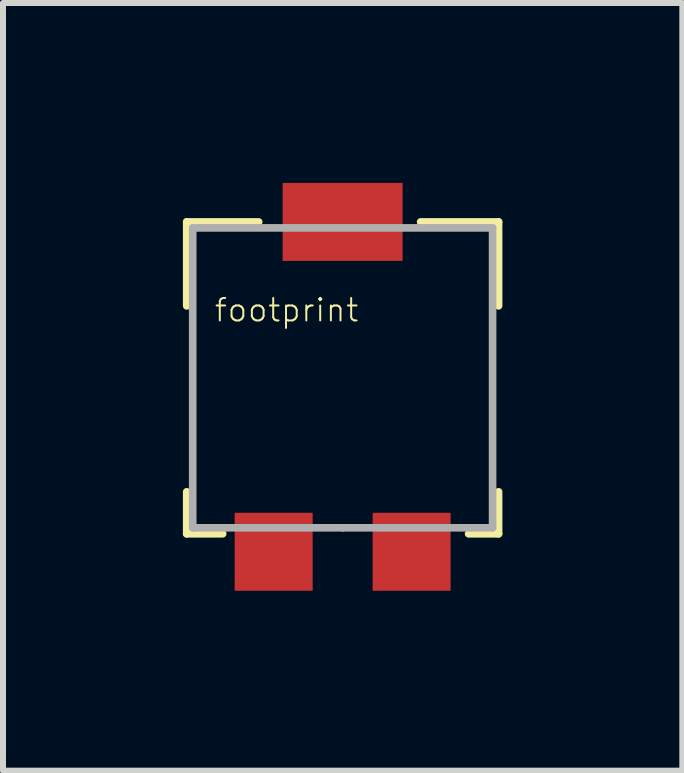
<source format=kicad_pcb>
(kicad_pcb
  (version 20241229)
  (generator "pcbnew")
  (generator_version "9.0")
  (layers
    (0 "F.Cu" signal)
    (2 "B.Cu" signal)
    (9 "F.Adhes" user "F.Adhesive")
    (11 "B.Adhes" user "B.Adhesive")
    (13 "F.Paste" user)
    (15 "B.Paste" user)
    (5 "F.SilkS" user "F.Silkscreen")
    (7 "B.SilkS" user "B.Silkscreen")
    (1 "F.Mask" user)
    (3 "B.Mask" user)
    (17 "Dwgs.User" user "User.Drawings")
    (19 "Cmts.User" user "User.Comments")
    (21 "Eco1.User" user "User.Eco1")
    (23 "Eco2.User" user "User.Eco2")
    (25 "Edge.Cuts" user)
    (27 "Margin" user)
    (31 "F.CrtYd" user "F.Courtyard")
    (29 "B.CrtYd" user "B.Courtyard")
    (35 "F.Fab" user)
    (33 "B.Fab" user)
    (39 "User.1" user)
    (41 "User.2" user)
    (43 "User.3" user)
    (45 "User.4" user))
  (footprint "footprint"
    (layer "F.Cu")
    (at 2.663 3.61)
    (property "Reference" "footprint" (at -2.159 -1.27 0) (layer "F.SilkS") (effects (font (size 0.374 0.374) (thickness 0.033)) (justify left bottom)))
    (fp_line (start -2.6 -2.96) (end -2.6 -1.56) (stroke (width 0.127) (type solid)) (layer "F.SilkS"))
    (fp_line (start -2.6 2.24) (end -2.6 1.54) (stroke (width 0.127) (type solid)) (layer "F.SilkS"))
    (fp_line (start -2 2.24) (end -2.6 2.24) (stroke (width 0.127) (type solid)) (layer "F.SilkS"))
    (fp_line (start -1.4 -2.96) (end -2.6 -2.96) (stroke (width 0.127) (type solid)) (layer "F.SilkS"))
    (fp_line (start 1.3 -2.96) (end 2.6 -2.96) (stroke (width 0.127) (type solid)) (layer "F.SilkS"))
    (fp_line (start 2.1 2.24) (end 2.6 2.24) (stroke (width 0.127) (type solid)) (layer "F.SilkS"))
    (fp_line (start 2.6 -2.96) (end 2.6 -1.56) (stroke (width 0.127) (type solid)) (layer "F.SilkS"))
    (fp_line (start 2.6 2.24) (end 2.6 1.54) (stroke (width 0.127) (type solid)) (layer "F.SilkS"))
    (fp_line (start -2.5 -2.86) (end 2.5 -2.86) (stroke (width 0.127) (type solid)) (layer "F.Fab"))
    (fp_line (start -2.5 2.14) (end -2.5 -2.86) (stroke (width 0.127) (type solid)) (layer "F.Fab"))
    (fp_line (start 0 2.14) (end -2.5 2.14) (stroke (width 0.127) (type solid)) (layer "F.Fab"))
    (fp_line (start 2.5 -2.86) (end 2.5 2.14) (stroke (width 0.127) (type solid)) (layer "F.Fab"))
    (fp_line (start 2.5 2.14) (end 0 2.14) (stroke (width 0.127) (type solid)) (layer "F.Fab"))
    (pad "A" smd rect (at 1.15 2.54) (size 1.3 1.3) (layers "F.Cu" "F.Mask" "F.Paste"))
    (pad "B" smd rect (at 0 -2.96 180) (size 2 1.3) (layers "F.Cu" "F.Mask" "F.Paste"))
    (pad "C" smd rect (at -1.15 2.54) (size 1.3 1.3) (layers "F.Cu" "F.Mask" "F.Paste")))
  (gr_rect
    (start -3 -3)
    (end 8.327 9.8)
    (stroke (width 0.1) (type default))
    (fill no)
    (layer "Edge.Cuts")))
</source>
